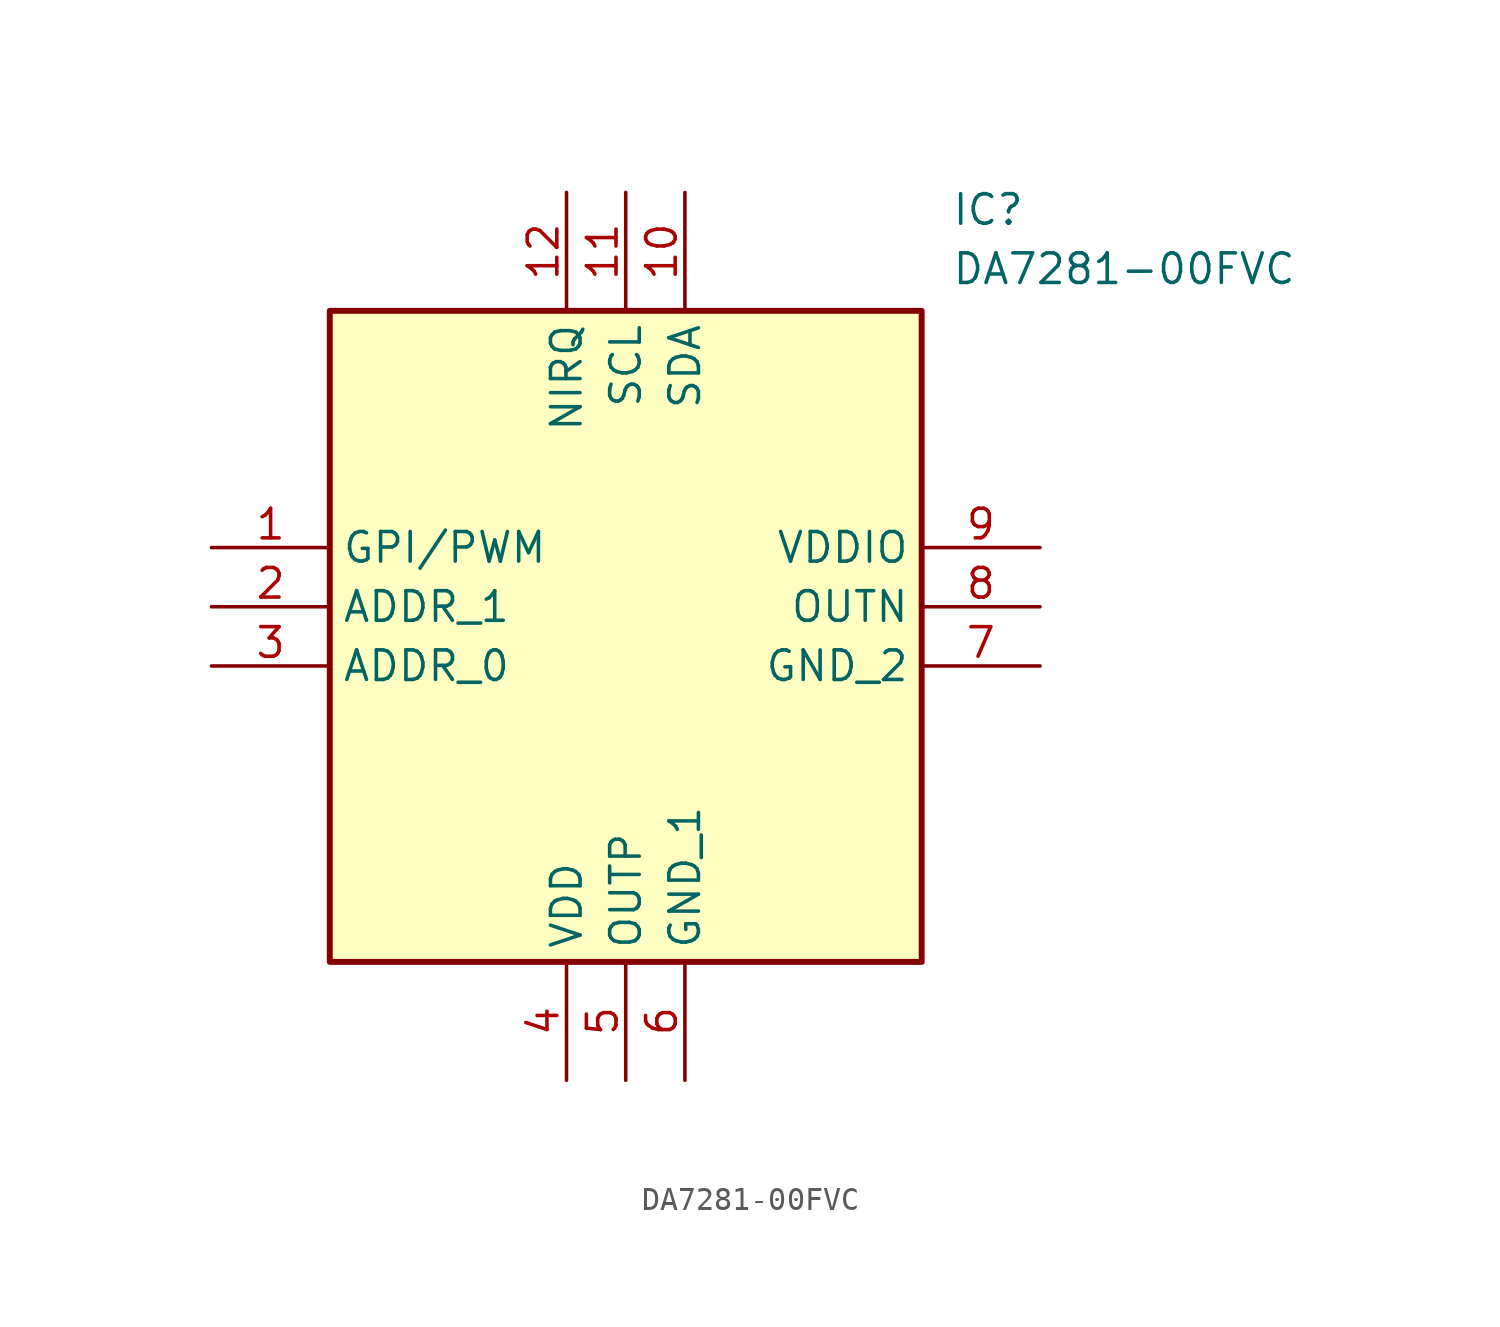
<source format=kicad_sym>
(kicad_symbol_lib
  (version 20220914)
  (generator kicad_symbol_editor)
  (symbol "DA7281-00FVC"
    (property "Reference" "IC"
      (at 31.75 15.24 0)
      (effects (font (size 1.27 1.27)) (justify left top)))
    (property "Value" "DA7281-00FVC"
      (at 31.75 12.7 0)
      (effects (font (size 1.27 1.27)) (justify left top)))
    (symbol "DA7281-00FVC_1_1"
      (rectangle (start 5.08 10.16) (end 30.48 -17.78) (stroke (width 0.254) (type default)) (fill (type background)))
      (pin passive line (at 0 0 0) (length 5.08) (name "GPI/PWM" (effects (font (size 1.27 1.27)))) (number "1" (effects (font (size 1.27 1.27)))))
      (pin passive line (at 20.32 15.24 270) (length 5.08) (name "SDA" (effects (font (size 1.27 1.27)))) (number "10" (effects (font (size 1.27 1.27)))))
      (pin passive line (at 17.78 15.24 270) (length 5.08) (name "SCL" (effects (font (size 1.27 1.27)))) (number "11" (effects (font (size 1.27 1.27)))))
      (pin passive line (at 15.24 15.24 270) (length 5.08) (name "NIRQ" (effects (font (size 1.27 1.27)))) (number "12" (effects (font (size 1.27 1.27)))))
      (pin passive line (at 0 -2.54 0) (length 5.08) (name "ADDR_1" (effects (font (size 1.27 1.27)))) (number "2" (effects (font (size 1.27 1.27)))))
      (pin passive line (at 0 -5.08 0) (length 5.08) (name "ADDR_0" (effects (font (size 1.27 1.27)))) (number "3" (effects (font (size 1.27 1.27)))))
      (pin passive line (at 15.24 -22.86 90) (length 5.08) (name "VDD" (effects (font (size 1.27 1.27)))) (number "4" (effects (font (size 1.27 1.27)))))
      (pin passive line (at 17.78 -22.86 90) (length 5.08) (name "OUTP" (effects (font (size 1.27 1.27)))) (number "5" (effects (font (size 1.27 1.27)))))
      (pin passive line (at 20.32 -22.86 90) (length 5.08) (name "GND_1" (effects (font (size 1.27 1.27)))) (number "6" (effects (font (size 1.27 1.27)))))
      (pin passive line (at 35.56 -5.08 180) (length 5.08) (name "GND_2" (effects (font (size 1.27 1.27)))) (number "7" (effects (font (size 1.27 1.27)))))
      (pin passive line (at 35.56 -2.54 180) (length 5.08) (name "OUTN" (effects (font (size 1.27 1.27)))) (number "8" (effects (font (size 1.27 1.27)))))
      (pin passive line (at 35.56 0 180) (length 5.08) (name "VDDIO" (effects (font (size 1.27 1.27)))) (number "9" (effects (font (size 1.27 1.27))))))))
</source>
